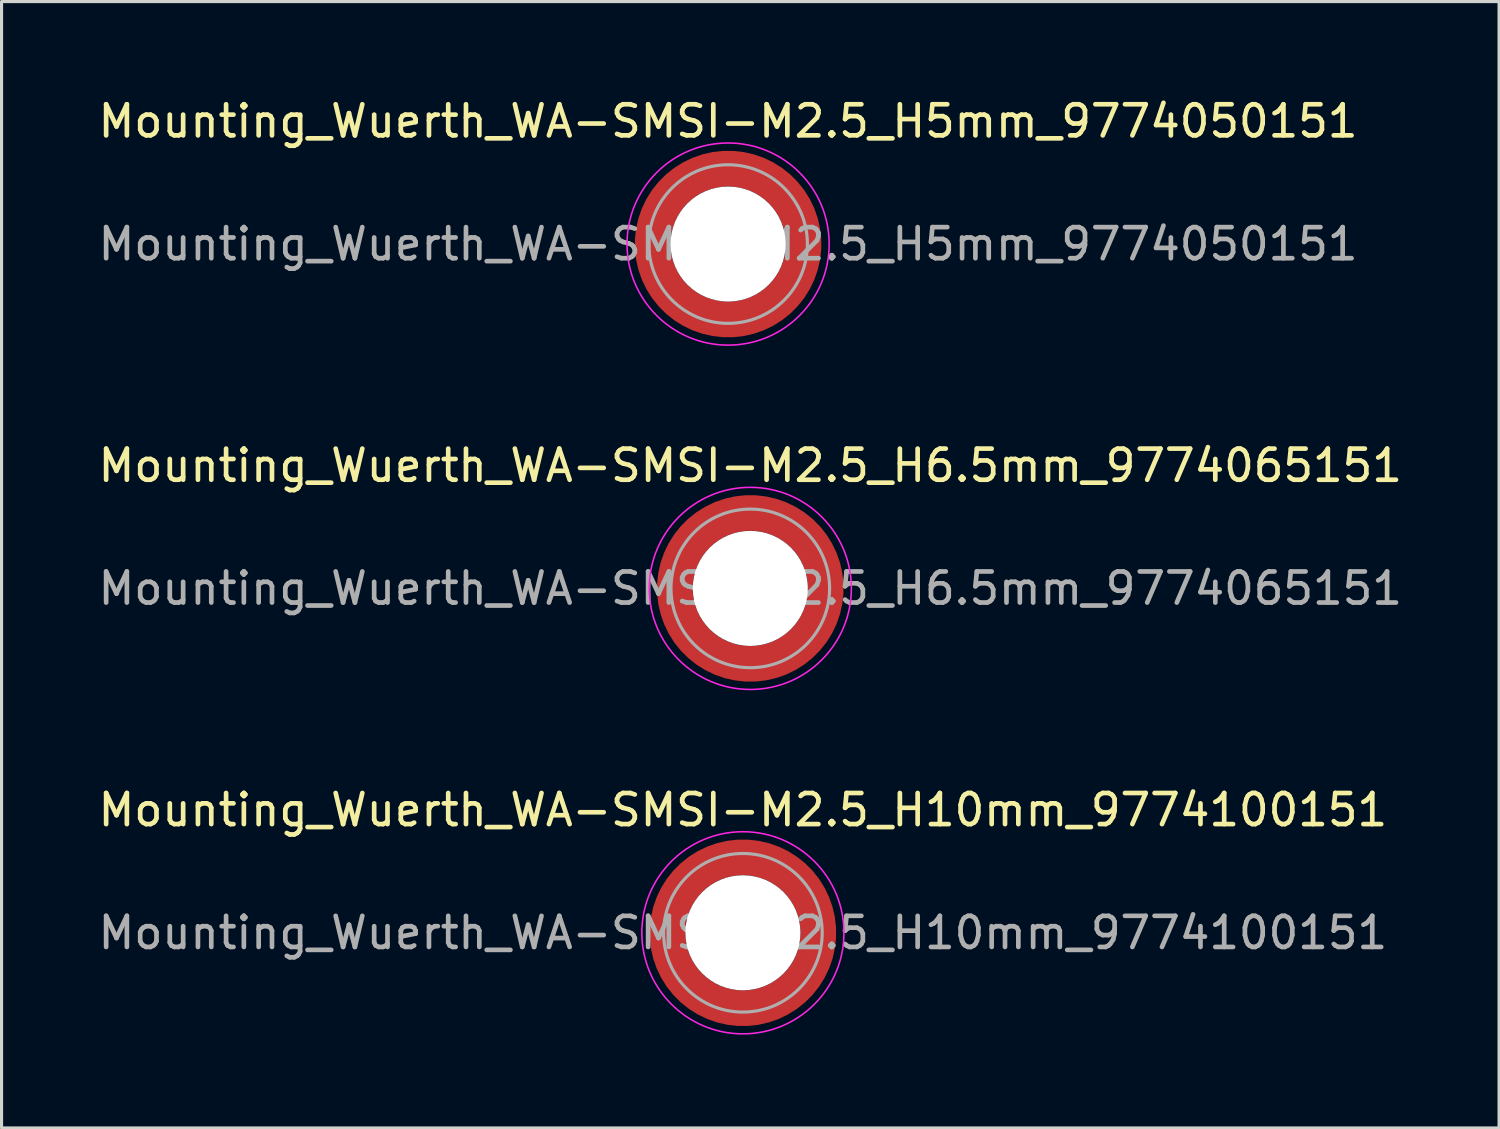
<source format=kicad_pcb>
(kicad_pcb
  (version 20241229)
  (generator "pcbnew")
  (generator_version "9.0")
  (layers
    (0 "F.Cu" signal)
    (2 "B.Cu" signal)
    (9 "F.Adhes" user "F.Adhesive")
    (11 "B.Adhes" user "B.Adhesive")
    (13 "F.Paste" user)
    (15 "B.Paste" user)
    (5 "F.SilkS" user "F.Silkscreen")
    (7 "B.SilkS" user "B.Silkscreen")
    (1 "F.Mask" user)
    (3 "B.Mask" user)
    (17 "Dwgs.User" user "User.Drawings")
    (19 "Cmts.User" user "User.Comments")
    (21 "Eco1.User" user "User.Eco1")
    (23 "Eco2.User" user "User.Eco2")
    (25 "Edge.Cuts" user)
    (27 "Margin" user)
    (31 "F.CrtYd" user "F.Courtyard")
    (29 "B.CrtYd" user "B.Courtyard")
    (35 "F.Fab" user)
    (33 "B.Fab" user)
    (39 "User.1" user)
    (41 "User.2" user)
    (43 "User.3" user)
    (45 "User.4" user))
  (footprint "Mounting_Wuerth_WA-SMSI-M2.5_H6.5mm_9774065151"
    (layer "F.Cu")
    (at 21.077 15.871)
    (property "Reference" "Mounting_Wuerth_WA-SMSI-M2.5_H6.5mm_9774065151" (at 0 -3.95 0) (layer "F.SilkS") (effects (font (size 1 1) (thickness 0.15))))
    (attr smd allow_soldermask_bridges)
    (fp_circle (center 0 0) (end 3.25 0) (stroke (width 0.05) (type solid)) (fill no) (layer "F.CrtYd"))
    (fp_circle (center 0 0) (end 2.55 0) (stroke (width 0.1) (type solid)) (fill no) (layer "F.Fab"))
    (fp_text user "${REFERENCE}" (at 0 0 0) (layer "F.Fab") (effects (font (size 1 1) (thickness 0.15))))
    (pad "" smd custom (at -1.704 -1.704) (size 0.51 0.51) (layers "F.Paste") (options (anchor circle)) (primitives (gr_arc (start -0.250195 1.279127) (mid 0.289914 0.289914) (end 1.279127 -0.250195) (width 0.2)) (gr_arc (start -0.34334 1.279127) (mid 0.225488 0.225488) (end 1.279127 -0.34334) (width 0.2)) (gr_arc (start -0.436309 1.279127) (mid 0.161063 0.161063) (end 1.279127 -0.436309) (width 0.2)) (gr_arc (start -0.529126 1.279127) (mid 0.096638 0.096638) (end 1.279127 -0.529126) (width 0.2)) (gr_arc (start -0.621807 1.279127) (mid 0.032213 0.032213) (end 1.279127 -0.621807) (width 0.2)) (gr_arc (start -0.71437 1.279127) (mid -0.032213 -0.032213) (end 1.279127 -0.71437) (width 0.2)) (gr_arc (start -0.806826 1.279127) (mid -0.096638 -0.096638) (end 1.279127 -0.806826) (width 0.2)) (gr_arc (start -0.899187 1.279127) (mid -0.161063 -0.161063) (end 1.279127 -0.899187) (width 0.2)) (gr_arc (start -0.991463 1.279127) (mid -0.225488 -0.225488) (end 1.279127 -0.991463) (width 0.2)) (gr_arc (start -1.083663 1.279127) (mid -0.289914 -0.289914) (end 1.279127 -1.083663) (width 0.2)) (gr_line (start 1.279 -0.25) (end 1.279 -1.084) (width 0.2)) (gr_line (start -0.25 1.279) (end -1.084 1.279) (width 0.2))))
    (pad "" smd custom (at -1.704 1.704) (size 0.51 0.51) (layers "F.Paste") (options (anchor circle)) (primitives (gr_arc (start 1.279127 0.250195) (mid 0.289914 -0.289914) (end -0.250195 -1.279127) (width 0.2)) (gr_arc (start 1.279127 0.34334) (mid 0.225488 -0.225488) (end -0.34334 -1.279127) (width 0.2)) (gr_arc (start 1.279127 0.436309) (mid 0.161063 -0.161063) (end -0.436309 -1.279127) (width 0.2)) (gr_arc (start 1.279127 0.529126) (mid 0.096638 -0.096638) (end -0.529126 -1.279127) (width 0.2)) (gr_arc (start 1.279127 0.621807) (mid 0.032213 -0.032213) (end -0.621807 -1.279127) (width 0.2)) (gr_arc (start 1.279127 0.71437) (mid -0.032213 0.032213) (end -0.71437 -1.279127) (width 0.2)) (gr_arc (start 1.279127 0.806826) (mid -0.096638 0.096638) (end -0.806826 -1.279127) (width 0.2)) (gr_arc (start 1.279127 0.899187) (mid -0.161063 0.161063) (end -0.899187 -1.279127) (width 0.2)) (gr_arc (start 1.279127 0.991463) (mid -0.225488 0.225488) (end -0.991463 -1.279127) (width 0.2)) (gr_arc (start 1.279127 1.083663) (mid -0.289914 0.289914) (end -1.083663 -1.279127) (width 0.2)) (gr_line (start -0.25 -1.279) (end -1.084 -1.279) (width 0.2)) (gr_line (start 1.279 0.25) (end 1.279 1.084) (width 0.2))))
    (pad "" np_thru_hole circle (at 0 0) (size 3.7 3.7) (drill 3.7) (layers "*.Cu" "*.Mask"))
    (pad "" smd custom (at 1.704 -1.704) (size 0.51 0.51) (layers "F.Paste") (options (anchor circle)) (primitives (gr_arc (start -1.279127 -0.250195) (mid -0.289914 0.289914) (end 0.250195 1.279127) (width 0.2)) (gr_arc (start -1.279127 -0.34334) (mid -0.225488 0.225488) (end 0.34334 1.279127) (width 0.2)) (gr_arc (start -1.279127 -0.436309) (mid -0.161063 0.161063) (end 0.436309 1.279127) (width 0.2)) (gr_arc (start -1.279127 -0.529126) (mid -0.096638 0.096638) (end 0.529126 1.279127) (width 0.2)) (gr_arc (start -1.279127 -0.621807) (mid -0.032213 0.032213) (end 0.621807 1.279127) (width 0.2)) (gr_arc (start -1.279127 -0.71437) (mid 0.032213 -0.032213) (end 0.71437 1.279127) (width 0.2)) (gr_arc (start -1.279127 -0.806826) (mid 0.096638 -0.096638) (end 0.806826 1.279127) (width 0.2)) (gr_arc (start -1.279127 -0.899187) (mid 0.161063 -0.161063) (end 0.899187 1.279127) (width 0.2)) (gr_arc (start -1.279127 -0.991463) (mid 0.225488 -0.225488) (end 0.991463 1.279127) (width 0.2)) (gr_arc (start -1.279127 -1.083663) (mid 0.289914 -0.289914) (end 1.083663 1.279127) (width 0.2)) (gr_line (start 0.25 1.279) (end 1.084 1.279) (width 0.2)) (gr_line (start -1.279 -0.25) (end -1.279 -1.084) (width 0.2))))
    (pad "" smd custom (at 1.704 1.704) (size 0.51 0.51) (layers "F.Paste") (options (anchor circle)) (primitives (gr_arc (start 0.250195 -1.279127) (mid -0.289914 -0.289914) (end -1.279127 0.250195) (width 0.2)) (gr_arc (start 0.34334 -1.279127) (mid -0.225488 -0.225488) (end -1.279127 0.34334) (width 0.2)) (gr_arc (start 0.436309 -1.279127) (mid -0.161063 -0.161063) (end -1.279127 0.436309) (width 0.2)) (gr_arc (start 0.529126 -1.279127) (mid -0.096638 -0.096638) (end -1.279127 0.529126) (width 0.2)) (gr_arc (start 0.621807 -1.279127) (mid -0.032213 -0.032213) (end -1.279127 0.621807) (width 0.2)) (gr_arc (start 0.71437 -1.279127) (mid 0.032213 0.032213) (end -1.279127 0.71437) (width 0.2)) (gr_arc (start 0.806826 -1.279127) (mid 0.096638 0.096638) (end -1.279127 0.806826) (width 0.2)) (gr_arc (start 0.899187 -1.279127) (mid 0.161063 0.161063) (end -1.279127 0.899187) (width 0.2)) (gr_arc (start 0.991463 -1.279127) (mid 0.225488 0.225488) (end -1.279127 0.991463) (width 0.2)) (gr_arc (start 1.083663 -1.279127) (mid 0.289914 0.289914) (end -1.279127 1.083663) (width 0.2)) (gr_line (start -1.279 0.25) (end -1.279 1.084) (width 0.2)) (gr_line (start 0.25 -1.279) (end 1.084 -1.279) (width 0.2))))
    (pad "1" smd circle (at -2.425 0) (size 0.642 0.642) (layers "F.Cu"))
    (pad "1" smd circle (at 0 -2.425) (size 0.642 0.642) (layers "F.Cu"))
    (pad "1" smd circle (at 0 2.425) (size 0.642 0.642) (layers "F.Cu"))
    (pad "1" smd custom (at 2.425 0) (size 1.15 1.15) (layers "F.Cu" "F.Mask") (options (anchor circle)) (primitives (gr_circle (center -2.425 0) (end 0 0) (width 1.15) (fill no)))))
  (footprint "Mounting_Wuerth_WA-SMSI-M2.5_H10mm_9774100151"
    (layer "F.Cu")
    (at 20.839 26.945)
    (property "Reference" "Mounting_Wuerth_WA-SMSI-M2.5_H10mm_9774100151" (at 0 -3.95 0) (layer "F.SilkS") (effects (font (size 1 1) (thickness 0.15))))
    (attr smd allow_soldermask_bridges)
    (fp_circle (center 0 0) (end 3.25 0) (stroke (width 0.05) (type solid)) (fill no) (layer "F.CrtYd"))
    (fp_circle (center 0 0) (end 2.55 0) (stroke (width 0.1) (type solid)) (fill no) (layer "F.Fab"))
    (fp_text user "${REFERENCE}" (at 0 0 0) (layer "F.Fab") (effects (font (size 1 1) (thickness 0.15))))
    (pad "" smd custom (at -1.704 -1.704) (size 0.51 0.51) (layers "F.Paste") (options (anchor circle)) (primitives (gr_arc (start -0.250195 1.279127) (mid 0.289914 0.289914) (end 1.279127 -0.250195) (width 0.2)) (gr_arc (start -0.34334 1.279127) (mid 0.225488 0.225488) (end 1.279127 -0.34334) (width 0.2)) (gr_arc (start -0.436309 1.279127) (mid 0.161063 0.161063) (end 1.279127 -0.436309) (width 0.2)) (gr_arc (start -0.529126 1.279127) (mid 0.096638 0.096638) (end 1.279127 -0.529126) (width 0.2)) (gr_arc (start -0.621807 1.279127) (mid 0.032213 0.032213) (end 1.279127 -0.621807) (width 0.2)) (gr_arc (start -0.71437 1.279127) (mid -0.032213 -0.032213) (end 1.279127 -0.71437) (width 0.2)) (gr_arc (start -0.806826 1.279127) (mid -0.096638 -0.096638) (end 1.279127 -0.806826) (width 0.2)) (gr_arc (start -0.899187 1.279127) (mid -0.161063 -0.161063) (end 1.279127 -0.899187) (width 0.2)) (gr_arc (start -0.991463 1.279127) (mid -0.225488 -0.225488) (end 1.279127 -0.991463) (width 0.2)) (gr_arc (start -1.083663 1.279127) (mid -0.289914 -0.289914) (end 1.279127 -1.083663) (width 0.2)) (gr_line (start 1.279 -0.25) (end 1.279 -1.084) (width 0.2)) (gr_line (start -0.25 1.279) (end -1.084 1.279) (width 0.2))))
    (pad "" smd custom (at -1.704 1.704) (size 0.51 0.51) (layers "F.Paste") (options (anchor circle)) (primitives (gr_arc (start 1.279127 0.250195) (mid 0.289914 -0.289914) (end -0.250195 -1.279127) (width 0.2)) (gr_arc (start 1.279127 0.34334) (mid 0.225488 -0.225488) (end -0.34334 -1.279127) (width 0.2)) (gr_arc (start 1.279127 0.436309) (mid 0.161063 -0.161063) (end -0.436309 -1.279127) (width 0.2)) (gr_arc (start 1.279127 0.529126) (mid 0.096638 -0.096638) (end -0.529126 -1.279127) (width 0.2)) (gr_arc (start 1.279127 0.621807) (mid 0.032213 -0.032213) (end -0.621807 -1.279127) (width 0.2)) (gr_arc (start 1.279127 0.71437) (mid -0.032213 0.032213) (end -0.71437 -1.279127) (width 0.2)) (gr_arc (start 1.279127 0.806826) (mid -0.096638 0.096638) (end -0.806826 -1.279127) (width 0.2)) (gr_arc (start 1.279127 0.899187) (mid -0.161063 0.161063) (end -0.899187 -1.279127) (width 0.2)) (gr_arc (start 1.279127 0.991463) (mid -0.225488 0.225488) (end -0.991463 -1.279127) (width 0.2)) (gr_arc (start 1.279127 1.083663) (mid -0.289914 0.289914) (end -1.083663 -1.279127) (width 0.2)) (gr_line (start -0.25 -1.279) (end -1.084 -1.279) (width 0.2)) (gr_line (start 1.279 0.25) (end 1.279 1.084) (width 0.2))))
    (pad "" np_thru_hole circle (at 0 0) (size 3.7 3.7) (drill 3.7) (layers "*.Cu" "*.Mask"))
    (pad "" smd custom (at 1.704 -1.704) (size 0.51 0.51) (layers "F.Paste") (options (anchor circle)) (primitives (gr_arc (start -1.279127 -0.250195) (mid -0.289914 0.289914) (end 0.250195 1.279127) (width 0.2)) (gr_arc (start -1.279127 -0.34334) (mid -0.225488 0.225488) (end 0.34334 1.279127) (width 0.2)) (gr_arc (start -1.279127 -0.436309) (mid -0.161063 0.161063) (end 0.436309 1.279127) (width 0.2)) (gr_arc (start -1.279127 -0.529126) (mid -0.096638 0.096638) (end 0.529126 1.279127) (width 0.2)) (gr_arc (start -1.279127 -0.621807) (mid -0.032213 0.032213) (end 0.621807 1.279127) (width 0.2)) (gr_arc (start -1.279127 -0.71437) (mid 0.032213 -0.032213) (end 0.71437 1.279127) (width 0.2)) (gr_arc (start -1.279127 -0.806826) (mid 0.096638 -0.096638) (end 0.806826 1.279127) (width 0.2)) (gr_arc (start -1.279127 -0.899187) (mid 0.161063 -0.161063) (end 0.899187 1.279127) (width 0.2)) (gr_arc (start -1.279127 -0.991463) (mid 0.225488 -0.225488) (end 0.991463 1.279127) (width 0.2)) (gr_arc (start -1.279127 -1.083663) (mid 0.289914 -0.289914) (end 1.083663 1.279127) (width 0.2)) (gr_line (start 0.25 1.279) (end 1.084 1.279) (width 0.2)) (gr_line (start -1.279 -0.25) (end -1.279 -1.084) (width 0.2))))
    (pad "" smd custom (at 1.704 1.704) (size 0.51 0.51) (layers "F.Paste") (options (anchor circle)) (primitives (gr_arc (start 0.250195 -1.279127) (mid -0.289914 -0.289914) (end -1.279127 0.250195) (width 0.2)) (gr_arc (start 0.34334 -1.279127) (mid -0.225488 -0.225488) (end -1.279127 0.34334) (width 0.2)) (gr_arc (start 0.436309 -1.279127) (mid -0.161063 -0.161063) (end -1.279127 0.436309) (width 0.2)) (gr_arc (start 0.529126 -1.279127) (mid -0.096638 -0.096638) (end -1.279127 0.529126) (width 0.2)) (gr_arc (start 0.621807 -1.279127) (mid -0.032213 -0.032213) (end -1.279127 0.621807) (width 0.2)) (gr_arc (start 0.71437 -1.279127) (mid 0.032213 0.032213) (end -1.279127 0.71437) (width 0.2)) (gr_arc (start 0.806826 -1.279127) (mid 0.096638 0.096638) (end -1.279127 0.806826) (width 0.2)) (gr_arc (start 0.899187 -1.279127) (mid 0.161063 0.161063) (end -1.279127 0.899187) (width 0.2)) (gr_arc (start 0.991463 -1.279127) (mid 0.225488 0.225488) (end -1.279127 0.991463) (width 0.2)) (gr_arc (start 1.083663 -1.279127) (mid 0.289914 0.289914) (end -1.279127 1.083663) (width 0.2)) (gr_line (start -1.279 0.25) (end -1.279 1.084) (width 0.2)) (gr_line (start 0.25 -1.279) (end 1.084 -1.279) (width 0.2))))
    (pad "1" smd circle (at -2.425 0) (size 0.642 0.642) (layers "F.Cu"))
    (pad "1" smd circle (at 0 -2.425) (size 0.642 0.642) (layers "F.Cu"))
    (pad "1" smd circle (at 0 2.425) (size 0.642 0.642) (layers "F.Cu"))
    (pad "1" smd custom (at 2.425 0) (size 1.15 1.15) (layers "F.Cu" "F.Mask") (options (anchor circle)) (primitives (gr_circle (center -2.425 0) (end 0 0) (width 1.15) (fill no)))))
  (footprint "Mounting_Wuerth_WA-SMSI-M2.5_H5mm_9774050151"
    (layer "F.Cu")
    (at 20.363 4.798)
    (property "Reference" "Mounting_Wuerth_WA-SMSI-M2.5_H5mm_9774050151" (at 0 -3.95 0) (layer "F.SilkS") (effects (font (size 1 1) (thickness 0.15))))
    (attr smd allow_soldermask_bridges)
    (fp_circle (center 0 0) (end 3.25 0) (stroke (width 0.05) (type solid)) (fill no) (layer "F.CrtYd"))
    (fp_circle (center 0 0) (end 2.55 0) (stroke (width 0.1) (type solid)) (fill no) (layer "F.Fab"))
    (fp_text user "${REFERENCE}" (at 0 0 0) (layer "F.Fab") (effects (font (size 1 1) (thickness 0.15))))
    (pad "" smd custom (at -1.704 -1.704) (size 0.51 0.51) (layers "F.Paste") (options (anchor circle)) (primitives (gr_arc (start -0.250195 1.279127) (mid 0.289914 0.289914) (end 1.279127 -0.250195) (width 0.2)) (gr_arc (start -0.34334 1.279127) (mid 0.225488 0.225488) (end 1.279127 -0.34334) (width 0.2)) (gr_arc (start -0.436309 1.279127) (mid 0.161063 0.161063) (end 1.279127 -0.436309) (width 0.2)) (gr_arc (start -0.529126 1.279127) (mid 0.096638 0.096638) (end 1.279127 -0.529126) (width 0.2)) (gr_arc (start -0.621807 1.279127) (mid 0.032213 0.032213) (end 1.279127 -0.621807) (width 0.2)) (gr_arc (start -0.71437 1.279127) (mid -0.032213 -0.032213) (end 1.279127 -0.71437) (width 0.2)) (gr_arc (start -0.806826 1.279127) (mid -0.096638 -0.096638) (end 1.279127 -0.806826) (width 0.2)) (gr_arc (start -0.899187 1.279127) (mid -0.161063 -0.161063) (end 1.279127 -0.899187) (width 0.2)) (gr_arc (start -0.991463 1.279127) (mid -0.225488 -0.225488) (end 1.279127 -0.991463) (width 0.2)) (gr_arc (start -1.083663 1.279127) (mid -0.289914 -0.289914) (end 1.279127 -1.083663) (width 0.2)) (gr_line (start 1.279 -0.25) (end 1.279 -1.084) (width 0.2)) (gr_line (start -0.25 1.279) (end -1.084 1.279) (width 0.2))))
    (pad "" smd custom (at -1.704 1.704) (size 0.51 0.51) (layers "F.Paste") (options (anchor circle)) (primitives (gr_arc (start 1.279127 0.250195) (mid 0.289914 -0.289914) (end -0.250195 -1.279127) (width 0.2)) (gr_arc (start 1.279127 0.34334) (mid 0.225488 -0.225488) (end -0.34334 -1.279127) (width 0.2)) (gr_arc (start 1.279127 0.436309) (mid 0.161063 -0.161063) (end -0.436309 -1.279127) (width 0.2)) (gr_arc (start 1.279127 0.529126) (mid 0.096638 -0.096638) (end -0.529126 -1.279127) (width 0.2)) (gr_arc (start 1.279127 0.621807) (mid 0.032213 -0.032213) (end -0.621807 -1.279127) (width 0.2)) (gr_arc (start 1.279127 0.71437) (mid -0.032213 0.032213) (end -0.71437 -1.279127) (width 0.2)) (gr_arc (start 1.279127 0.806826) (mid -0.096638 0.096638) (end -0.806826 -1.279127) (width 0.2)) (gr_arc (start 1.279127 0.899187) (mid -0.161063 0.161063) (end -0.899187 -1.279127) (width 0.2)) (gr_arc (start 1.279127 0.991463) (mid -0.225488 0.225488) (end -0.991463 -1.279127) (width 0.2)) (gr_arc (start 1.279127 1.083663) (mid -0.289914 0.289914) (end -1.083663 -1.279127) (width 0.2)) (gr_line (start -0.25 -1.279) (end -1.084 -1.279) (width 0.2)) (gr_line (start 1.279 0.25) (end 1.279 1.084) (width 0.2))))
    (pad "" np_thru_hole circle (at 0 0) (size 3.7 3.7) (drill 3.7) (layers "*.Cu" "*.Mask"))
    (pad "" smd custom (at 1.704 -1.704) (size 0.51 0.51) (layers "F.Paste") (options (anchor circle)) (primitives (gr_arc (start -1.279127 -0.250195) (mid -0.289914 0.289914) (end 0.250195 1.279127) (width 0.2)) (gr_arc (start -1.279127 -0.34334) (mid -0.225488 0.225488) (end 0.34334 1.279127) (width 0.2)) (gr_arc (start -1.279127 -0.436309) (mid -0.161063 0.161063) (end 0.436309 1.279127) (width 0.2)) (gr_arc (start -1.279127 -0.529126) (mid -0.096638 0.096638) (end 0.529126 1.279127) (width 0.2)) (gr_arc (start -1.279127 -0.621807) (mid -0.032213 0.032213) (end 0.621807 1.279127) (width 0.2)) (gr_arc (start -1.279127 -0.71437) (mid 0.032213 -0.032213) (end 0.71437 1.279127) (width 0.2)) (gr_arc (start -1.279127 -0.806826) (mid 0.096638 -0.096638) (end 0.806826 1.279127) (width 0.2)) (gr_arc (start -1.279127 -0.899187) (mid 0.161063 -0.161063) (end 0.899187 1.279127) (width 0.2)) (gr_arc (start -1.279127 -0.991463) (mid 0.225488 -0.225488) (end 0.991463 1.279127) (width 0.2)) (gr_arc (start -1.279127 -1.083663) (mid 0.289914 -0.289914) (end 1.083663 1.279127) (width 0.2)) (gr_line (start 0.25 1.279) (end 1.084 1.279) (width 0.2)) (gr_line (start -1.279 -0.25) (end -1.279 -1.084) (width 0.2))))
    (pad "" smd custom (at 1.704 1.704) (size 0.51 0.51) (layers "F.Paste") (options (anchor circle)) (primitives (gr_arc (start 0.250195 -1.279127) (mid -0.289914 -0.289914) (end -1.279127 0.250195) (width 0.2)) (gr_arc (start 0.34334 -1.279127) (mid -0.225488 -0.225488) (end -1.279127 0.34334) (width 0.2)) (gr_arc (start 0.436309 -1.279127) (mid -0.161063 -0.161063) (end -1.279127 0.436309) (width 0.2)) (gr_arc (start 0.529126 -1.279127) (mid -0.096638 -0.096638) (end -1.279127 0.529126) (width 0.2)) (gr_arc (start 0.621807 -1.279127) (mid -0.032213 -0.032213) (end -1.279127 0.621807) (width 0.2)) (gr_arc (start 0.71437 -1.279127) (mid 0.032213 0.032213) (end -1.279127 0.71437) (width 0.2)) (gr_arc (start 0.806826 -1.279127) (mid 0.096638 0.096638) (end -1.279127 0.806826) (width 0.2)) (gr_arc (start 0.899187 -1.279127) (mid 0.161063 0.161063) (end -1.279127 0.899187) (width 0.2)) (gr_arc (start 0.991463 -1.279127) (mid 0.225488 0.225488) (end -1.279127 0.991463) (width 0.2)) (gr_arc (start 1.083663 -1.279127) (mid 0.289914 0.289914) (end -1.279127 1.083663) (width 0.2)) (gr_line (start -1.279 0.25) (end -1.279 1.084) (width 0.2)) (gr_line (start 0.25 -1.279) (end 1.084 -1.279) (width 0.2))))
    (pad "1" smd circle (at -2.425 0) (size 0.642 0.642) (layers "F.Cu"))
    (pad "1" smd circle (at 0 -2.425) (size 0.642 0.642) (layers "F.Cu"))
    (pad "1" smd circle (at 0 2.425) (size 0.642 0.642) (layers "F.Cu"))
    (pad "1" smd custom (at 2.425 0) (size 1.15 1.15) (layers "F.Cu" "F.Mask") (options (anchor circle)) (primitives (gr_circle (center -2.425 0) (end 0 0) (width 1.15) (fill no)))))
  (gr_rect
    (start -3 -3)
    (end 45.155 33.22)
    (stroke (width 0.1) (type default))
    (fill no)
    (layer "Edge.Cuts")))
</source>
